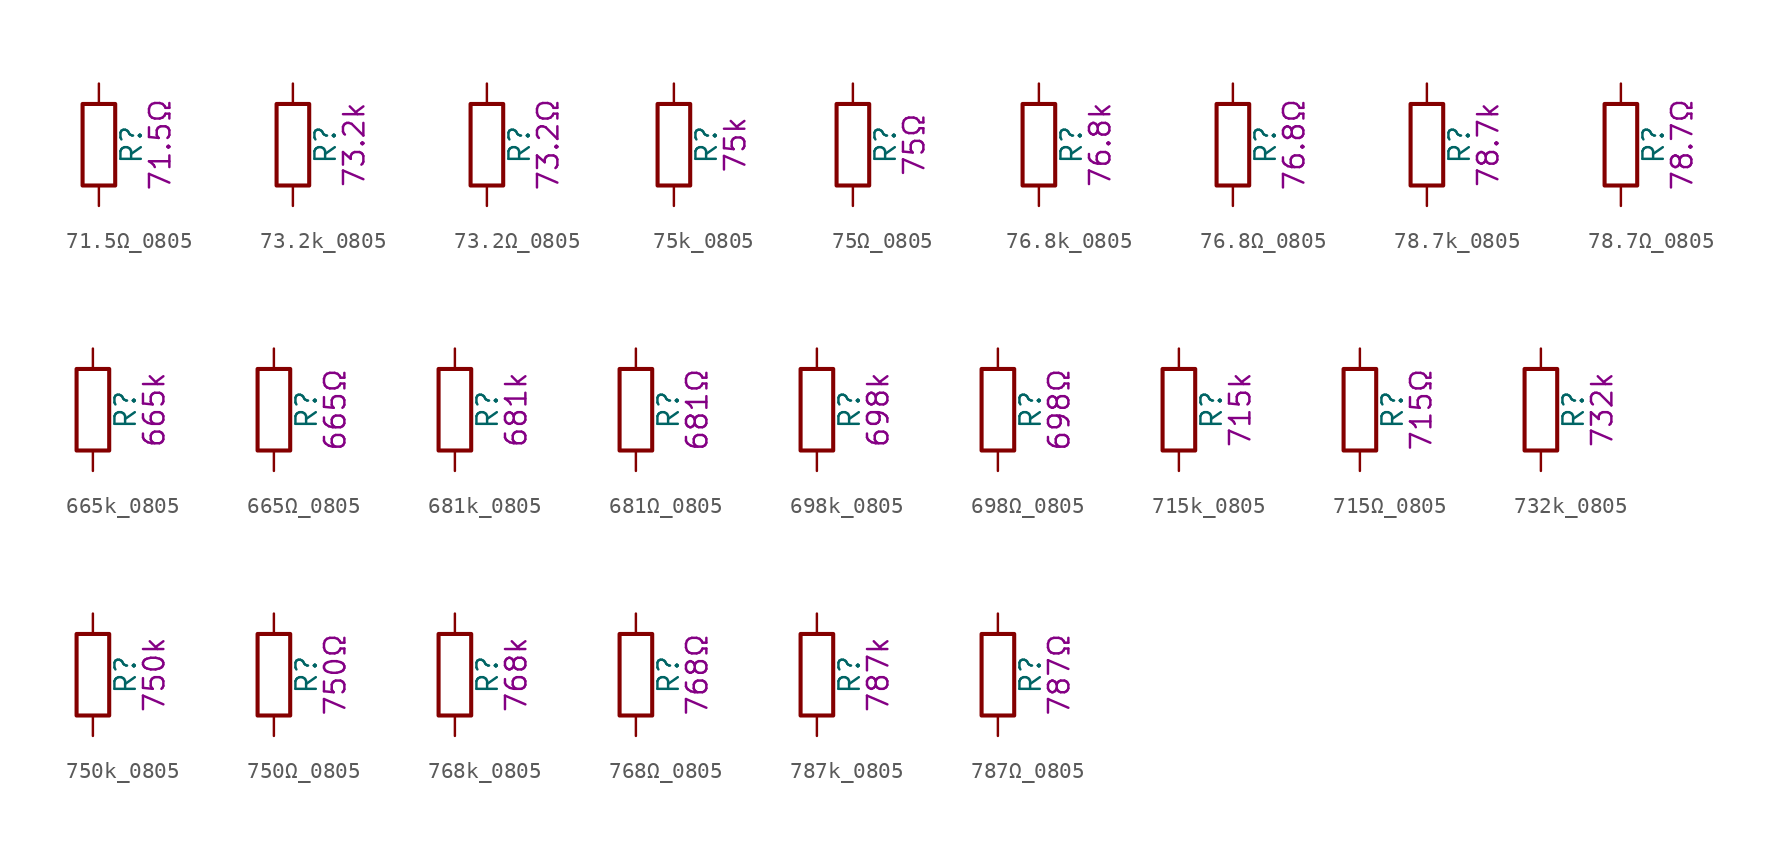
<source format=kicad_sym>
(kicad_symbol_lib
  (version 20211014)
  (generator kicad_symbol_editor)
  (symbol "71.5Ω_0805"
    (pin_numbers hide)
    (pin_names
      (offset 0))
    (property "Reference" "R"
      (at 2.032 0 90)
      (effects (font (size 1.27 1.27))))
    (property "Display" "71.5Ω"
      (at 3.81 0 90)
      (effects (font (size 1.27 1.27))))
    (symbol "71.5Ω_0805_0_1"
      (rectangle (start -1.016 -2.54) (end 1.016 2.54) (stroke (width 0.254) (type default) (color 0 0 0 0)) (fill (type none))))
    (symbol "71.5Ω_0805_1_1"
      (pin passive line (at 0 3.81 270) (length 1.27) (name "~" (effects (font (size 1.27 1.27)))) (number "1" (effects (font (size 1.27 1.27)))))
      (pin passive line (at 0 -3.81 90) (length 1.27) (name "~" (effects (font (size 1.27 1.27)))) (number "2" (effects (font (size 1.27 1.27)))))))
  (symbol "73.2k_0805"
    (pin_numbers hide)
    (pin_names
      (offset 0))
    (property "Reference" "R"
      (at 2.032 0 90)
      (effects (font (size 1.27 1.27))))
    (property "Display" "73.2k"
      (at 3.81 0 90)
      (effects (font (size 1.27 1.27))))
    (symbol "73.2k_0805_0_1"
      (rectangle (start -1.016 -2.54) (end 1.016 2.54) (stroke (width 0.254) (type default) (color 0 0 0 0)) (fill (type none))))
    (symbol "73.2k_0805_1_1"
      (pin passive line (at 0 3.81 270) (length 1.27) (name "~" (effects (font (size 1.27 1.27)))) (number "1" (effects (font (size 1.27 1.27)))))
      (pin passive line (at 0 -3.81 90) (length 1.27) (name "~" (effects (font (size 1.27 1.27)))) (number "2" (effects (font (size 1.27 1.27)))))))
  (symbol "73.2Ω_0805"
    (pin_numbers hide)
    (pin_names
      (offset 0))
    (property "Reference" "R"
      (at 2.032 0 90)
      (effects (font (size 1.27 1.27))))
    (property "Display" "73.2Ω"
      (at 3.81 0 90)
      (effects (font (size 1.27 1.27))))
    (symbol "73.2Ω_0805_0_1"
      (rectangle (start -1.016 -2.54) (end 1.016 2.54) (stroke (width 0.254) (type default) (color 0 0 0 0)) (fill (type none))))
    (symbol "73.2Ω_0805_1_1"
      (pin passive line (at 0 3.81 270) (length 1.27) (name "~" (effects (font (size 1.27 1.27)))) (number "1" (effects (font (size 1.27 1.27)))))
      (pin passive line (at 0 -3.81 90) (length 1.27) (name "~" (effects (font (size 1.27 1.27)))) (number "2" (effects (font (size 1.27 1.27)))))))
  (symbol "75k_0805"
    (pin_numbers hide)
    (pin_names
      (offset 0))
    (property "Reference" "R"
      (at 2.032 0 90)
      (effects (font (size 1.27 1.27))))
    (property "Display" "75k"
      (at 3.81 0 90)
      (effects (font (size 1.27 1.27))))
    (symbol "75k_0805_0_1"
      (rectangle (start -1.016 -2.54) (end 1.016 2.54) (stroke (width 0.254) (type default) (color 0 0 0 0)) (fill (type none))))
    (symbol "75k_0805_1_1"
      (pin passive line (at 0 3.81 270) (length 1.27) (name "~" (effects (font (size 1.27 1.27)))) (number "1" (effects (font (size 1.27 1.27)))))
      (pin passive line (at 0 -3.81 90) (length 1.27) (name "~" (effects (font (size 1.27 1.27)))) (number "2" (effects (font (size 1.27 1.27)))))))
  (symbol "75Ω_0805"
    (pin_numbers hide)
    (pin_names
      (offset 0))
    (property "Reference" "R"
      (at 2.032 0 90)
      (effects (font (size 1.27 1.27))))
    (property "Display" "75Ω"
      (at 3.81 0 90)
      (effects (font (size 1.27 1.27))))
    (symbol "75Ω_0805_0_1"
      (rectangle (start -1.016 -2.54) (end 1.016 2.54) (stroke (width 0.254) (type default) (color 0 0 0 0)) (fill (type none))))
    (symbol "75Ω_0805_1_1"
      (pin passive line (at 0 3.81 270) (length 1.27) (name "~" (effects (font (size 1.27 1.27)))) (number "1" (effects (font (size 1.27 1.27)))))
      (pin passive line (at 0 -3.81 90) (length 1.27) (name "~" (effects (font (size 1.27 1.27)))) (number "2" (effects (font (size 1.27 1.27)))))))
  (symbol "76.8k_0805"
    (pin_numbers hide)
    (pin_names
      (offset 0))
    (property "Reference" "R"
      (at 2.032 0 90)
      (effects (font (size 1.27 1.27))))
    (property "Display" "76.8k"
      (at 3.81 0 90)
      (effects (font (size 1.27 1.27))))
    (symbol "76.8k_0805_0_1"
      (rectangle (start -1.016 -2.54) (end 1.016 2.54) (stroke (width 0.254) (type default) (color 0 0 0 0)) (fill (type none))))
    (symbol "76.8k_0805_1_1"
      (pin passive line (at 0 3.81 270) (length 1.27) (name "~" (effects (font (size 1.27 1.27)))) (number "1" (effects (font (size 1.27 1.27)))))
      (pin passive line (at 0 -3.81 90) (length 1.27) (name "~" (effects (font (size 1.27 1.27)))) (number "2" (effects (font (size 1.27 1.27)))))))
  (symbol "76.8Ω_0805"
    (pin_numbers hide)
    (pin_names
      (offset 0))
    (property "Reference" "R"
      (at 2.032 0 90)
      (effects (font (size 1.27 1.27))))
    (property "Display" "76.8Ω"
      (at 3.81 0 90)
      (effects (font (size 1.27 1.27))))
    (symbol "76.8Ω_0805_0_1"
      (rectangle (start -1.016 -2.54) (end 1.016 2.54) (stroke (width 0.254) (type default) (color 0 0 0 0)) (fill (type none))))
    (symbol "76.8Ω_0805_1_1"
      (pin passive line (at 0 3.81 270) (length 1.27) (name "~" (effects (font (size 1.27 1.27)))) (number "1" (effects (font (size 1.27 1.27)))))
      (pin passive line (at 0 -3.81 90) (length 1.27) (name "~" (effects (font (size 1.27 1.27)))) (number "2" (effects (font (size 1.27 1.27)))))))
  (symbol "78.7k_0805"
    (pin_numbers hide)
    (pin_names
      (offset 0))
    (property "Reference" "R"
      (at 2.032 0 90)
      (effects (font (size 1.27 1.27))))
    (property "Display" "78.7k"
      (at 3.81 0 90)
      (effects (font (size 1.27 1.27))))
    (symbol "78.7k_0805_0_1"
      (rectangle (start -1.016 -2.54) (end 1.016 2.54) (stroke (width 0.254) (type default) (color 0 0 0 0)) (fill (type none))))
    (symbol "78.7k_0805_1_1"
      (pin passive line (at 0 3.81 270) (length 1.27) (name "~" (effects (font (size 1.27 1.27)))) (number "1" (effects (font (size 1.27 1.27)))))
      (pin passive line (at 0 -3.81 90) (length 1.27) (name "~" (effects (font (size 1.27 1.27)))) (number "2" (effects (font (size 1.27 1.27)))))))
  (symbol "78.7Ω_0805"
    (pin_numbers hide)
    (pin_names
      (offset 0))
    (property "Reference" "R"
      (at 2.032 0 90)
      (effects (font (size 1.27 1.27))))
    (property "Display" "78.7Ω"
      (at 3.81 0 90)
      (effects (font (size 1.27 1.27))))
    (symbol "78.7Ω_0805_0_1"
      (rectangle (start -1.016 -2.54) (end 1.016 2.54) (stroke (width 0.254) (type default) (color 0 0 0 0)) (fill (type none))))
    (symbol "78.7Ω_0805_1_1"
      (pin passive line (at 0 3.81 270) (length 1.27) (name "~" (effects (font (size 1.27 1.27)))) (number "1" (effects (font (size 1.27 1.27)))))
      (pin passive line (at 0 -3.81 90) (length 1.27) (name "~" (effects (font (size 1.27 1.27)))) (number "2" (effects (font (size 1.27 1.27)))))))
  (symbol "665k_0805"
    (pin_numbers hide)
    (pin_names
      (offset 0))
    (property "Reference" "R"
      (at 2.032 0 90)
      (effects (font (size 1.27 1.27))))
    (property "Display" "665k"
      (at 3.81 0 90)
      (effects (font (size 1.27 1.27))))
    (symbol "665k_0805_0_1"
      (rectangle (start -1.016 -2.54) (end 1.016 2.54) (stroke (width 0.254) (type default) (color 0 0 0 0)) (fill (type none))))
    (symbol "665k_0805_1_1"
      (pin passive line (at 0 3.81 270) (length 1.27) (name "~" (effects (font (size 1.27 1.27)))) (number "1" (effects (font (size 1.27 1.27)))))
      (pin passive line (at 0 -3.81 90) (length 1.27) (name "~" (effects (font (size 1.27 1.27)))) (number "2" (effects (font (size 1.27 1.27)))))))
  (symbol "665Ω_0805"
    (pin_numbers hide)
    (pin_names
      (offset 0))
    (property "Reference" "R"
      (at 2.032 0 90)
      (effects (font (size 1.27 1.27))))
    (property "Display" "665Ω"
      (at 3.81 0 90)
      (effects (font (size 1.27 1.27))))
    (symbol "665Ω_0805_0_1"
      (rectangle (start -1.016 -2.54) (end 1.016 2.54) (stroke (width 0.254) (type default) (color 0 0 0 0)) (fill (type none))))
    (symbol "665Ω_0805_1_1"
      (pin passive line (at 0 3.81 270) (length 1.27) (name "~" (effects (font (size 1.27 1.27)))) (number "1" (effects (font (size 1.27 1.27)))))
      (pin passive line (at 0 -3.81 90) (length 1.27) (name "~" (effects (font (size 1.27 1.27)))) (number "2" (effects (font (size 1.27 1.27)))))))
  (symbol "681k_0805"
    (pin_numbers hide)
    (pin_names
      (offset 0))
    (property "Reference" "R"
      (at 2.032 0 90)
      (effects (font (size 1.27 1.27))))
    (property "Display" "681k"
      (at 3.81 0 90)
      (effects (font (size 1.27 1.27))))
    (symbol "681k_0805_0_1"
      (rectangle (start -1.016 -2.54) (end 1.016 2.54) (stroke (width 0.254) (type default) (color 0 0 0 0)) (fill (type none))))
    (symbol "681k_0805_1_1"
      (pin passive line (at 0 3.81 270) (length 1.27) (name "~" (effects (font (size 1.27 1.27)))) (number "1" (effects (font (size 1.27 1.27)))))
      (pin passive line (at 0 -3.81 90) (length 1.27) (name "~" (effects (font (size 1.27 1.27)))) (number "2" (effects (font (size 1.27 1.27)))))))
  (symbol "681Ω_0805"
    (pin_numbers hide)
    (pin_names
      (offset 0))
    (property "Reference" "R"
      (at 2.032 0 90)
      (effects (font (size 1.27 1.27))))
    (property "Display" "681Ω"
      (at 3.81 0 90)
      (effects (font (size 1.27 1.27))))
    (symbol "681Ω_0805_0_1"
      (rectangle (start -1.016 -2.54) (end 1.016 2.54) (stroke (width 0.254) (type default) (color 0 0 0 0)) (fill (type none))))
    (symbol "681Ω_0805_1_1"
      (pin passive line (at 0 3.81 270) (length 1.27) (name "~" (effects (font (size 1.27 1.27)))) (number "1" (effects (font (size 1.27 1.27)))))
      (pin passive line (at 0 -3.81 90) (length 1.27) (name "~" (effects (font (size 1.27 1.27)))) (number "2" (effects (font (size 1.27 1.27)))))))
  (symbol "698k_0805"
    (pin_numbers hide)
    (pin_names
      (offset 0))
    (property "Reference" "R"
      (at 2.032 0 90)
      (effects (font (size 1.27 1.27))))
    (property "Display" "698k"
      (at 3.81 0 90)
      (effects (font (size 1.27 1.27))))
    (symbol "698k_0805_0_1"
      (rectangle (start -1.016 -2.54) (end 1.016 2.54) (stroke (width 0.254) (type default) (color 0 0 0 0)) (fill (type none))))
    (symbol "698k_0805_1_1"
      (pin passive line (at 0 3.81 270) (length 1.27) (name "~" (effects (font (size 1.27 1.27)))) (number "1" (effects (font (size 1.27 1.27)))))
      (pin passive line (at 0 -3.81 90) (length 1.27) (name "~" (effects (font (size 1.27 1.27)))) (number "2" (effects (font (size 1.27 1.27)))))))
  (symbol "698Ω_0805"
    (pin_numbers hide)
    (pin_names
      (offset 0))
    (property "Reference" "R"
      (at 2.032 0 90)
      (effects (font (size 1.27 1.27))))
    (property "Display" "698Ω"
      (at 3.81 0 90)
      (effects (font (size 1.27 1.27))))
    (symbol "698Ω_0805_0_1"
      (rectangle (start -1.016 -2.54) (end 1.016 2.54) (stroke (width 0.254) (type default) (color 0 0 0 0)) (fill (type none))))
    (symbol "698Ω_0805_1_1"
      (pin passive line (at 0 3.81 270) (length 1.27) (name "~" (effects (font (size 1.27 1.27)))) (number "1" (effects (font (size 1.27 1.27)))))
      (pin passive line (at 0 -3.81 90) (length 1.27) (name "~" (effects (font (size 1.27 1.27)))) (number "2" (effects (font (size 1.27 1.27)))))))
  (symbol "715k_0805"
    (pin_numbers hide)
    (pin_names
      (offset 0))
    (property "Reference" "R"
      (at 2.032 0 90)
      (effects (font (size 1.27 1.27))))
    (property "Display" "715k"
      (at 3.81 0 90)
      (effects (font (size 1.27 1.27))))
    (symbol "715k_0805_0_1"
      (rectangle (start -1.016 -2.54) (end 1.016 2.54) (stroke (width 0.254) (type default) (color 0 0 0 0)) (fill (type none))))
    (symbol "715k_0805_1_1"
      (pin passive line (at 0 3.81 270) (length 1.27) (name "~" (effects (font (size 1.27 1.27)))) (number "1" (effects (font (size 1.27 1.27)))))
      (pin passive line (at 0 -3.81 90) (length 1.27) (name "~" (effects (font (size 1.27 1.27)))) (number "2" (effects (font (size 1.27 1.27)))))))
  (symbol "715Ω_0805"
    (pin_numbers hide)
    (pin_names
      (offset 0))
    (property "Reference" "R"
      (at 2.032 0 90)
      (effects (font (size 1.27 1.27))))
    (property "Display" "715Ω"
      (at 3.81 0 90)
      (effects (font (size 1.27 1.27))))
    (symbol "715Ω_0805_0_1"
      (rectangle (start -1.016 -2.54) (end 1.016 2.54) (stroke (width 0.254) (type default) (color 0 0 0 0)) (fill (type none))))
    (symbol "715Ω_0805_1_1"
      (pin passive line (at 0 3.81 270) (length 1.27) (name "~" (effects (font (size 1.27 1.27)))) (number "1" (effects (font (size 1.27 1.27)))))
      (pin passive line (at 0 -3.81 90) (length 1.27) (name "~" (effects (font (size 1.27 1.27)))) (number "2" (effects (font (size 1.27 1.27)))))))
  (symbol "732k_0805"
    (pin_numbers hide)
    (pin_names
      (offset 0))
    (property "Reference" "R"
      (at 2.032 0 90)
      (effects (font (size 1.27 1.27))))
    (property "Display" "732k"
      (at 3.81 0 90)
      (effects (font (size 1.27 1.27))))
    (symbol "732k_0805_0_1"
      (rectangle (start -1.016 -2.54) (end 1.016 2.54) (stroke (width 0.254) (type default) (color 0 0 0 0)) (fill (type none))))
    (symbol "732k_0805_1_1"
      (pin passive line (at 0 3.81 270) (length 1.27) (name "~" (effects (font (size 1.27 1.27)))) (number "1" (effects (font (size 1.27 1.27)))))
      (pin passive line (at 0 -3.81 90) (length 1.27) (name "~" (effects (font (size 1.27 1.27)))) (number "2" (effects (font (size 1.27 1.27)))))))
  (symbol "750k_0805"
    (pin_numbers hide)
    (pin_names
      (offset 0))
    (property "Reference" "R"
      (at 2.032 0 90)
      (effects (font (size 1.27 1.27))))
    (property "Display" "750k"
      (at 3.81 0 90)
      (effects (font (size 1.27 1.27))))
    (symbol "750k_0805_0_1"
      (rectangle (start -1.016 -2.54) (end 1.016 2.54) (stroke (width 0.254) (type default) (color 0 0 0 0)) (fill (type none))))
    (symbol "750k_0805_1_1"
      (pin passive line (at 0 3.81 270) (length 1.27) (name "~" (effects (font (size 1.27 1.27)))) (number "1" (effects (font (size 1.27 1.27)))))
      (pin passive line (at 0 -3.81 90) (length 1.27) (name "~" (effects (font (size 1.27 1.27)))) (number "2" (effects (font (size 1.27 1.27)))))))
  (symbol "750Ω_0805"
    (pin_numbers hide)
    (pin_names
      (offset 0))
    (property "Reference" "R"
      (at 2.032 0 90)
      (effects (font (size 1.27 1.27))))
    (property "Display" "750Ω"
      (at 3.81 0 90)
      (effects (font (size 1.27 1.27))))
    (symbol "750Ω_0805_0_1"
      (rectangle (start -1.016 -2.54) (end 1.016 2.54) (stroke (width 0.254) (type default) (color 0 0 0 0)) (fill (type none))))
    (symbol "750Ω_0805_1_1"
      (pin passive line (at 0 3.81 270) (length 1.27) (name "~" (effects (font (size 1.27 1.27)))) (number "1" (effects (font (size 1.27 1.27)))))
      (pin passive line (at 0 -3.81 90) (length 1.27) (name "~" (effects (font (size 1.27 1.27)))) (number "2" (effects (font (size 1.27 1.27)))))))
  (symbol "768k_0805"
    (pin_numbers hide)
    (pin_names
      (offset 0))
    (property "Reference" "R"
      (at 2.032 0 90)
      (effects (font (size 1.27 1.27))))
    (property "Display" "768k"
      (at 3.81 0 90)
      (effects (font (size 1.27 1.27))))
    (symbol "768k_0805_0_1"
      (rectangle (start -1.016 -2.54) (end 1.016 2.54) (stroke (width 0.254) (type default) (color 0 0 0 0)) (fill (type none))))
    (symbol "768k_0805_1_1"
      (pin passive line (at 0 3.81 270) (length 1.27) (name "~" (effects (font (size 1.27 1.27)))) (number "1" (effects (font (size 1.27 1.27)))))
      (pin passive line (at 0 -3.81 90) (length 1.27) (name "~" (effects (font (size 1.27 1.27)))) (number "2" (effects (font (size 1.27 1.27)))))))
  (symbol "768Ω_0805"
    (pin_numbers hide)
    (pin_names
      (offset 0))
    (property "Reference" "R"
      (at 2.032 0 90)
      (effects (font (size 1.27 1.27))))
    (property "Display" "768Ω"
      (at 3.81 0 90)
      (effects (font (size 1.27 1.27))))
    (symbol "768Ω_0805_0_1"
      (rectangle (start -1.016 -2.54) (end 1.016 2.54) (stroke (width 0.254) (type default) (color 0 0 0 0)) (fill (type none))))
    (symbol "768Ω_0805_1_1"
      (pin passive line (at 0 3.81 270) (length 1.27) (name "~" (effects (font (size 1.27 1.27)))) (number "1" (effects (font (size 1.27 1.27)))))
      (pin passive line (at 0 -3.81 90) (length 1.27) (name "~" (effects (font (size 1.27 1.27)))) (number "2" (effects (font (size 1.27 1.27)))))))
  (symbol "787k_0805"
    (pin_numbers hide)
    (pin_names
      (offset 0))
    (property "Reference" "R"
      (at 2.032 0 90)
      (effects (font (size 1.27 1.27))))
    (property "Display" "787k"
      (at 3.81 0 90)
      (effects (font (size 1.27 1.27))))
    (symbol "787k_0805_0_1"
      (rectangle (start -1.016 -2.54) (end 1.016 2.54) (stroke (width 0.254) (type default) (color 0 0 0 0)) (fill (type none))))
    (symbol "787k_0805_1_1"
      (pin passive line (at 0 3.81 270) (length 1.27) (name "~" (effects (font (size 1.27 1.27)))) (number "1" (effects (font (size 1.27 1.27)))))
      (pin passive line (at 0 -3.81 90) (length 1.27) (name "~" (effects (font (size 1.27 1.27)))) (number "2" (effects (font (size 1.27 1.27)))))))
  (symbol "787Ω_0805"
    (pin_numbers hide)
    (pin_names
      (offset 0))
    (property "Reference" "R"
      (at 2.032 0 90)
      (effects (font (size 1.27 1.27))))
    (property "Display" "787Ω"
      (at 3.81 0 90)
      (effects (font (size 1.27 1.27))))
    (symbol "787Ω_0805_0_1"
      (rectangle (start -1.016 -2.54) (end 1.016 2.54) (stroke (width 0.254) (type default) (color 0 0 0 0)) (fill (type none))))
    (symbol "787Ω_0805_1_1"
      (pin passive line (at 0 3.81 270) (length 1.27) (name "~" (effects (font (size 1.27 1.27)))) (number "1" (effects (font (size 1.27 1.27)))))
      (pin passive line (at 0 -3.81 90) (length 1.27) (name "~" (effects (font (size 1.27 1.27)))) (number "2" (effects (font (size 1.27 1.27))))))))
</source>
